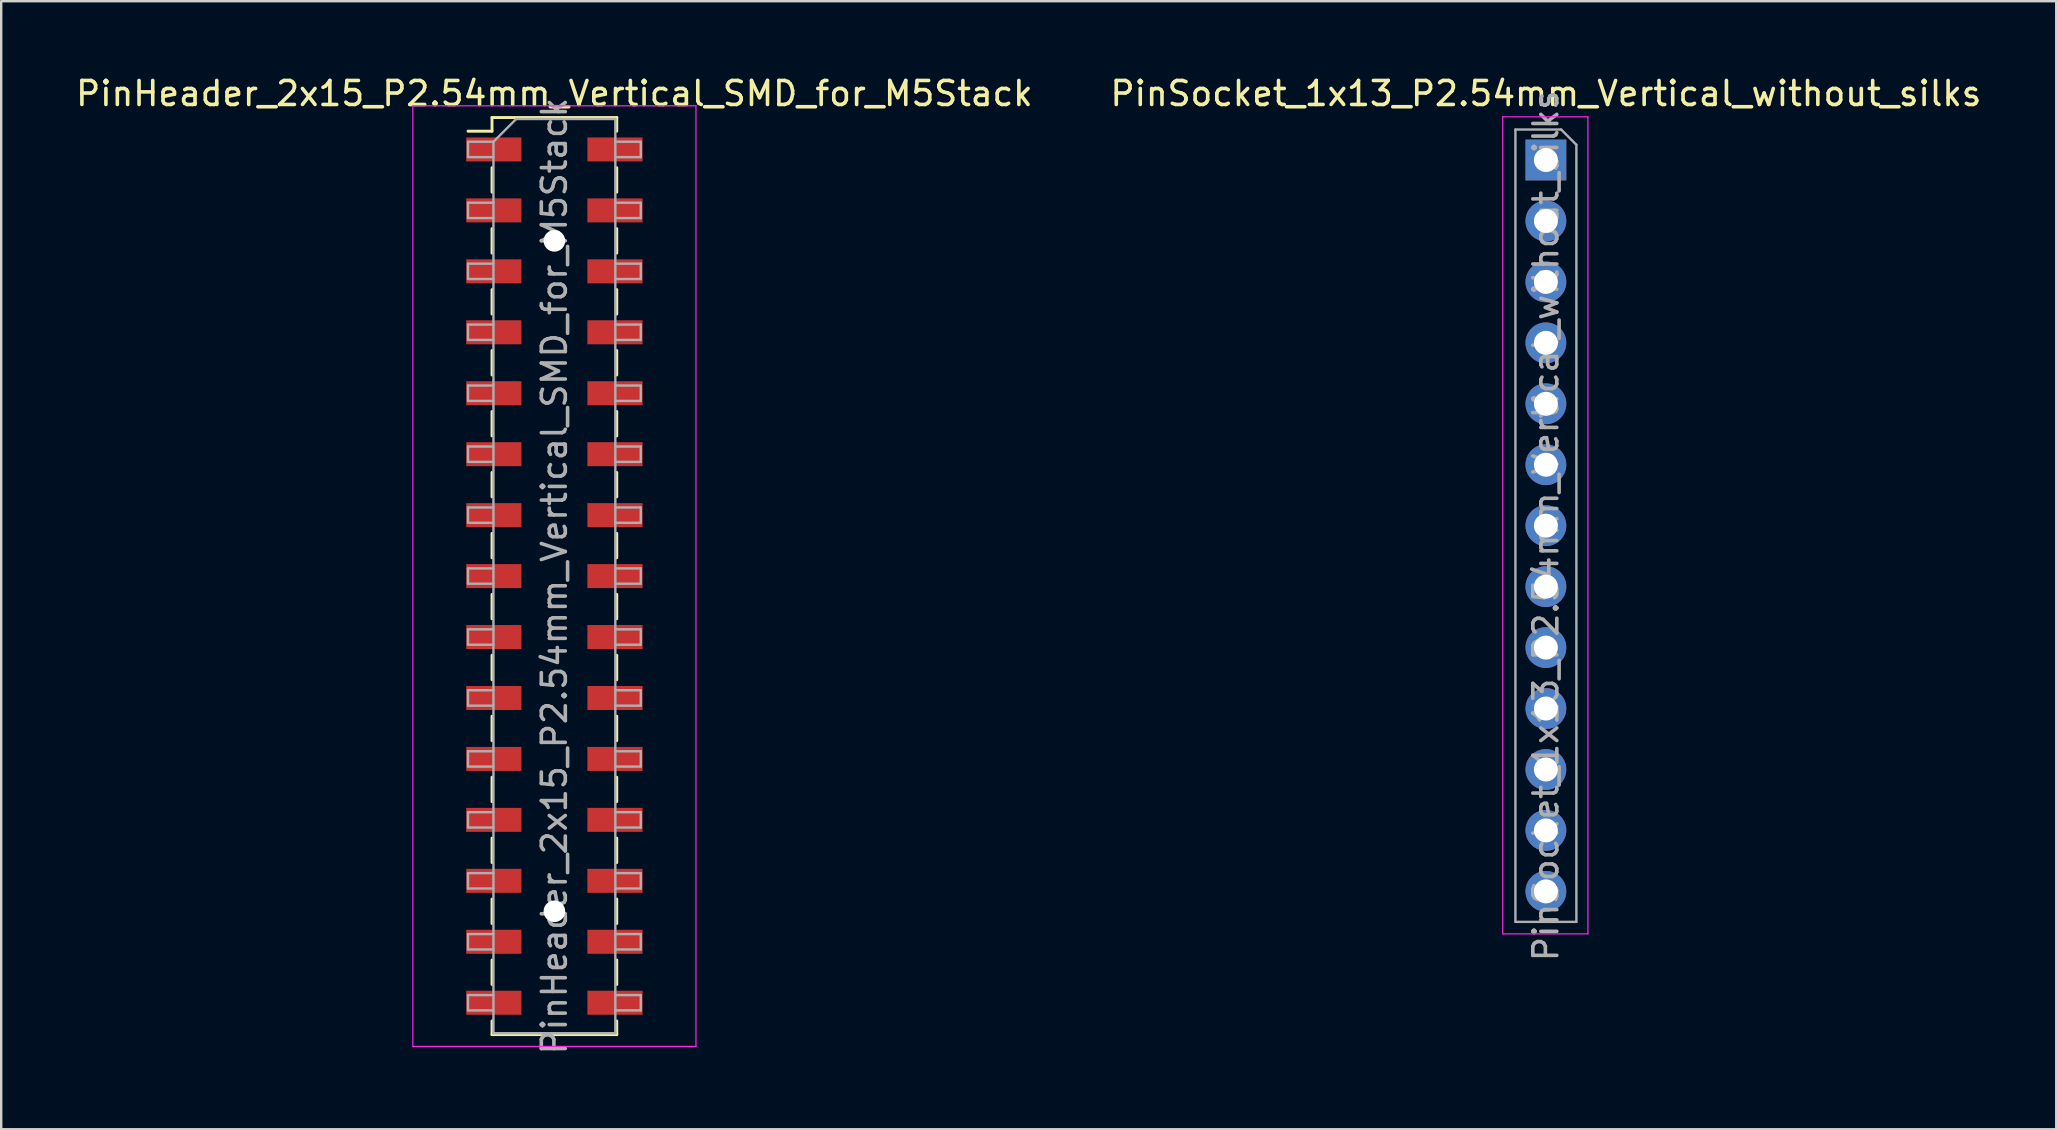
<source format=kicad_pcb>
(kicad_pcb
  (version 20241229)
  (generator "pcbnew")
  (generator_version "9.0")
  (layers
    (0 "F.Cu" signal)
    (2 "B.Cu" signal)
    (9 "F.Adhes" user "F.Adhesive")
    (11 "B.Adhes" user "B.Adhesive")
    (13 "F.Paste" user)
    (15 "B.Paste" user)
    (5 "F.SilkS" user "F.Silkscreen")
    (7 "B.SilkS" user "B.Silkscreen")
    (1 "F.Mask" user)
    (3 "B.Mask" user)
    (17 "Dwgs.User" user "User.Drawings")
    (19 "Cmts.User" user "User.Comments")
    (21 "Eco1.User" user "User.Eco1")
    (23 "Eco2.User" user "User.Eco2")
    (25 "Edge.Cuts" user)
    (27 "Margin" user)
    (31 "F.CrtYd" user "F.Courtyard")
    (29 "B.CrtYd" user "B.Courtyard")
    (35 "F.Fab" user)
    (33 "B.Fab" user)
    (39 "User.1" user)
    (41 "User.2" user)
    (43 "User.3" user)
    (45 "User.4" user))
  (footprint "PinSocket_1x13_P2.54mm_Vertical_without_silks"
    (layer "F.Cu")
    (at 61.375 3.618)
    (property "Reference" "PinSocket_1x13_P2.54mm_Vertical_without_silks" (at 0 -2.77 0) (layer "F.SilkS") (effects (font (size 1 1) (thickness 0.15))))
    (attr through_hole)
    (fp_line (start -1.8 -1.8) (end 1.75 -1.8) (stroke (width 0.05) (type solid)) (layer "F.CrtYd"))
    (fp_line (start -1.8 32.25) (end -1.8 -1.8) (stroke (width 0.05) (type solid)) (layer "F.CrtYd"))
    (fp_line (start 1.75 -1.8) (end 1.75 32.25) (stroke (width 0.05) (type solid)) (layer "F.CrtYd"))
    (fp_line (start 1.75 32.25) (end -1.8 32.25) (stroke (width 0.05) (type solid)) (layer "F.CrtYd"))
    (fp_line (start -1.27 -1.27) (end 0.635 -1.27) (stroke (width 0.1) (type solid)) (layer "F.Fab"))
    (fp_line (start -1.27 31.75) (end -1.27 -1.27) (stroke (width 0.1) (type solid)) (layer "F.Fab"))
    (fp_line (start 0.635 -1.27) (end 1.27 -0.635) (stroke (width 0.1) (type solid)) (layer "F.Fab"))
    (fp_line (start 1.27 -0.635) (end 1.27 31.75) (stroke (width 0.1) (type solid)) (layer "F.Fab"))
    (fp_line (start 1.27 31.75) (end -1.27 31.75) (stroke (width 0.1) (type solid)) (layer "F.Fab"))
    (fp_text user "${REFERENCE}" (at 0 15.24 90) (layer "F.Fab") (effects (font (size 1 1) (thickness 0.15))))
    (pad "1" thru_hole rect (at 0 0) (size 1.7 1.7) (drill 1) (layers "*.Cu" "*.Mask"))
    (pad "2" thru_hole oval (at 0 2.54) (size 1.7 1.7) (drill 1) (layers "*.Cu" "*.Mask"))
    (pad "3" thru_hole oval (at 0 5.08) (size 1.7 1.7) (drill 1) (layers "*.Cu" "*.Mask"))
    (pad "4" thru_hole oval (at 0 7.62) (size 1.7 1.7) (drill 1) (layers "*.Cu" "*.Mask"))
    (pad "5" thru_hole oval (at 0 10.16) (size 1.7 1.7) (drill 1) (layers "*.Cu" "*.Mask"))
    (pad "6" thru_hole oval (at 0 12.7) (size 1.7 1.7) (drill 1) (layers "*.Cu" "*.Mask"))
    (pad "7" thru_hole oval (at 0 15.24) (size 1.7 1.7) (drill 1) (layers "*.Cu" "*.Mask"))
    (pad "8" thru_hole oval (at 0 17.78) (size 1.7 1.7) (drill 1) (layers "*.Cu" "*.Mask"))
    (pad "9" thru_hole oval (at 0 20.32) (size 1.7 1.7) (drill 1) (layers "*.Cu" "*.Mask"))
    (pad "10" thru_hole oval (at 0 22.86) (size 1.7 1.7) (drill 1) (layers "*.Cu" "*.Mask"))
    (pad "11" thru_hole oval (at 0 25.4) (size 1.7 1.7) (drill 1) (layers "*.Cu" "*.Mask"))
    (pad "12" thru_hole oval (at 0 27.94) (size 1.7 1.7) (drill 1) (layers "*.Cu" "*.Mask"))
    (pad "13" thru_hole oval (at 0 30.48) (size 1.7 1.7) (drill 1) (layers "*.Cu" "*.Mask")))
  (footprint "PinHeader_2x15_P2.54mm_Vertical_SMD_for_M5Stack"
    (layer "F.Cu")
    (at 20.054 20.958)
    (property "Reference" "PinHeader_2x15_P2.54mm_Vertical_SMD_for_M5Stack" (at 0 -20.11 0) (layer "F.SilkS") (effects (font (size 1 1) (thickness 0.15))))
    (attr smd)
    (fp_line (start -3.6 -18.54) (end -2.6 -18.54) (stroke (width 0.12) (type solid)) (layer "F.SilkS"))
    (fp_line (start -2.6 -19.11) (end -2.6 -18.54) (stroke (width 0.12) (type solid)) (layer "F.SilkS"))
    (fp_line (start -2.6 -19.11) (end 2.6 -19.11) (stroke (width 0.12) (type solid)) (layer "F.SilkS"))
    (fp_line (start -2.6 -17.02) (end -2.6 -16) (stroke (width 0.12) (type solid)) (layer "F.SilkS"))
    (fp_line (start -2.6 -14.48) (end -2.6 -13.46) (stroke (width 0.12) (type solid)) (layer "F.SilkS"))
    (fp_line (start -2.6 -11.94) (end -2.6 -10.92) (stroke (width 0.12) (type solid)) (layer "F.SilkS"))
    (fp_line (start -2.6 -9.4) (end -2.6 -8.38) (stroke (width 0.12) (type solid)) (layer "F.SilkS"))
    (fp_line (start -2.6 -6.86) (end -2.6 -5.84) (stroke (width 0.12) (type solid)) (layer "F.SilkS"))
    (fp_line (start -2.6 -4.32) (end -2.6 -3.3) (stroke (width 0.12) (type solid)) (layer "F.SilkS"))
    (fp_line (start -2.6 -1.78) (end -2.6 -0.76) (stroke (width 0.12) (type solid)) (layer "F.SilkS"))
    (fp_line (start -2.6 0.76) (end -2.6 1.78) (stroke (width 0.12) (type solid)) (layer "F.SilkS"))
    (fp_line (start -2.6 3.3) (end -2.6 4.32) (stroke (width 0.12) (type solid)) (layer "F.SilkS"))
    (fp_line (start -2.6 5.84) (end -2.6 6.86) (stroke (width 0.12) (type solid)) (layer "F.SilkS"))
    (fp_line (start -2.6 8.38) (end -2.6 9.4) (stroke (width 0.12) (type solid)) (layer "F.SilkS"))
    (fp_line (start -2.6 10.92) (end -2.6 11.94) (stroke (width 0.12) (type solid)) (layer "F.SilkS"))
    (fp_line (start -2.6 13.46) (end -2.6 14.48) (stroke (width 0.12) (type solid)) (layer "F.SilkS"))
    (fp_line (start -2.6 16) (end -2.6 17.02) (stroke (width 0.12) (type solid)) (layer "F.SilkS"))
    (fp_line (start -2.6 18.54) (end -2.6 19.11) (stroke (width 0.12) (type solid)) (layer "F.SilkS"))
    (fp_line (start -2.6 19.11) (end 2.6 19.11) (stroke (width 0.12) (type solid)) (layer "F.SilkS"))
    (fp_line (start 2.6 -19.11) (end 2.6 -18.54) (stroke (width 0.12) (type solid)) (layer "F.SilkS"))
    (fp_line (start 2.6 -17.02) (end 2.6 -16) (stroke (width 0.12) (type solid)) (layer "F.SilkS"))
    (fp_line (start 2.6 -14.48) (end 2.6 -13.46) (stroke (width 0.12) (type solid)) (layer "F.SilkS"))
    (fp_line (start 2.6 -11.94) (end 2.6 -10.92) (stroke (width 0.12) (type solid)) (layer "F.SilkS"))
    (fp_line (start 2.6 -9.4) (end 2.6 -8.38) (stroke (width 0.12) (type solid)) (layer "F.SilkS"))
    (fp_line (start 2.6 -6.86) (end 2.6 -5.84) (stroke (width 0.12) (type solid)) (layer "F.SilkS"))
    (fp_line (start 2.6 -4.32) (end 2.6 -3.3) (stroke (width 0.12) (type solid)) (layer "F.SilkS"))
    (fp_line (start 2.6 -1.78) (end 2.6 -0.76) (stroke (width 0.12) (type solid)) (layer "F.SilkS"))
    (fp_line (start 2.6 0.76) (end 2.6 1.78) (stroke (width 0.12) (type solid)) (layer "F.SilkS"))
    (fp_line (start 2.6 3.3) (end 2.6 4.32) (stroke (width 0.12) (type solid)) (layer "F.SilkS"))
    (fp_line (start 2.6 5.84) (end 2.6 6.86) (stroke (width 0.12) (type solid)) (layer "F.SilkS"))
    (fp_line (start 2.6 8.38) (end 2.6 9.4) (stroke (width 0.12) (type solid)) (layer "F.SilkS"))
    (fp_line (start 2.6 10.92) (end 2.6 11.94) (stroke (width 0.12) (type solid)) (layer "F.SilkS"))
    (fp_line (start 2.6 13.46) (end 2.6 14.48) (stroke (width 0.12) (type solid)) (layer "F.SilkS"))
    (fp_line (start 2.6 16) (end 2.6 17.02) (stroke (width 0.12) (type solid)) (layer "F.SilkS"))
    (fp_line (start 2.6 18.54) (end 2.6 19.11) (stroke (width 0.12) (type solid)) (layer "F.SilkS"))
    (fp_line (start -5.9 -19.6) (end -5.9 19.6) (stroke (width 0.05) (type solid)) (layer "F.CrtYd"))
    (fp_line (start -5.9 19.6) (end 5.9 19.6) (stroke (width 0.05) (type solid)) (layer "F.CrtYd"))
    (fp_line (start 5.9 -19.6) (end -5.9 -19.6) (stroke (width 0.05) (type solid)) (layer "F.CrtYd"))
    (fp_line (start 5.9 19.6) (end 5.9 -19.6) (stroke (width 0.05) (type solid)) (layer "F.CrtYd"))
    (fp_line (start -3.6 -18.1) (end -3.6 -17.46) (stroke (width 0.1) (type solid)) (layer "F.Fab"))
    (fp_line (start -3.6 -17.46) (end -2.54 -17.46) (stroke (width 0.1) (type solid)) (layer "F.Fab"))
    (fp_line (start -3.6 -15.56) (end -3.6 -14.92) (stroke (width 0.1) (type solid)) (layer "F.Fab"))
    (fp_line (start -3.6 -14.92) (end -2.54 -14.92) (stroke (width 0.1) (type solid)) (layer "F.Fab"))
    (fp_line (start -3.6 -13.02) (end -3.6 -12.38) (stroke (width 0.1) (type solid)) (layer "F.Fab"))
    (fp_line (start -3.6 -12.38) (end -2.54 -12.38) (stroke (width 0.1) (type solid)) (layer "F.Fab"))
    (fp_line (start -3.6 -10.48) (end -3.6 -9.84) (stroke (width 0.1) (type solid)) (layer "F.Fab"))
    (fp_line (start -3.6 -9.84) (end -2.54 -9.84) (stroke (width 0.1) (type solid)) (layer "F.Fab"))
    (fp_line (start -3.6 -7.94) (end -3.6 -7.3) (stroke (width 0.1) (type solid)) (layer "F.Fab"))
    (fp_line (start -3.6 -7.3) (end -2.54 -7.3) (stroke (width 0.1) (type solid)) (layer "F.Fab"))
    (fp_line (start -3.6 -5.4) (end -3.6 -4.76) (stroke (width 0.1) (type solid)) (layer "F.Fab"))
    (fp_line (start -3.6 -4.76) (end -2.54 -4.76) (stroke (width 0.1) (type solid)) (layer "F.Fab"))
    (fp_line (start -3.6 -2.86) (end -3.6 -2.22) (stroke (width 0.1) (type solid)) (layer "F.Fab"))
    (fp_line (start -3.6 -2.22) (end -2.54 -2.22) (stroke (width 0.1) (type solid)) (layer "F.Fab"))
    (fp_line (start -3.6 -0.32) (end -3.6 0.32) (stroke (width 0.1) (type solid)) (layer "F.Fab"))
    (fp_line (start -3.6 0.32) (end -2.54 0.32) (stroke (width 0.1) (type solid)) (layer "F.Fab"))
    (fp_line (start -3.6 2.22) (end -3.6 2.86) (stroke (width 0.1) (type solid)) (layer "F.Fab"))
    (fp_line (start -3.6 2.86) (end -2.54 2.86) (stroke (width 0.1) (type solid)) (layer "F.Fab"))
    (fp_line (start -3.6 4.76) (end -3.6 5.4) (stroke (width 0.1) (type solid)) (layer "F.Fab"))
    (fp_line (start -3.6 5.4) (end -2.54 5.4) (stroke (width 0.1) (type solid)) (layer "F.Fab"))
    (fp_line (start -3.6 7.3) (end -3.6 7.94) (stroke (width 0.1) (type solid)) (layer "F.Fab"))
    (fp_line (start -3.6 7.94) (end -2.54 7.94) (stroke (width 0.1) (type solid)) (layer "F.Fab"))
    (fp_line (start -3.6 9.84) (end -3.6 10.48) (stroke (width 0.1) (type solid)) (layer "F.Fab"))
    (fp_line (start -3.6 10.48) (end -2.54 10.48) (stroke (width 0.1) (type solid)) (layer "F.Fab"))
    (fp_line (start -3.6 12.38) (end -3.6 13.02) (stroke (width 0.1) (type solid)) (layer "F.Fab"))
    (fp_line (start -3.6 13.02) (end -2.54 13.02) (stroke (width 0.1) (type solid)) (layer "F.Fab"))
    (fp_line (start -3.6 14.92) (end -3.6 15.56) (stroke (width 0.1) (type solid)) (layer "F.Fab"))
    (fp_line (start -3.6 15.56) (end -2.54 15.56) (stroke (width 0.1) (type solid)) (layer "F.Fab"))
    (fp_line (start -3.6 17.46) (end -3.6 18.1) (stroke (width 0.1) (type solid)) (layer "F.Fab"))
    (fp_line (start -3.6 18.1) (end -2.54 18.1) (stroke (width 0.1) (type solid)) (layer "F.Fab"))
    (fp_line (start -2.54 -18.1) (end -3.6 -18.1) (stroke (width 0.1) (type solid)) (layer "F.Fab"))
    (fp_line (start -2.54 -18.1) (end -1.59 -19.05) (stroke (width 0.1) (type solid)) (layer "F.Fab"))
    (fp_line (start -2.54 -15.56) (end -3.6 -15.56) (stroke (width 0.1) (type solid)) (layer "F.Fab"))
    (fp_line (start -2.54 -13.02) (end -3.6 -13.02) (stroke (width 0.1) (type solid)) (layer "F.Fab"))
    (fp_line (start -2.54 -10.48) (end -3.6 -10.48) (stroke (width 0.1) (type solid)) (layer "F.Fab"))
    (fp_line (start -2.54 -7.94) (end -3.6 -7.94) (stroke (width 0.1) (type solid)) (layer "F.Fab"))
    (fp_line (start -2.54 -5.4) (end -3.6 -5.4) (stroke (width 0.1) (type solid)) (layer "F.Fab"))
    (fp_line (start -2.54 -2.86) (end -3.6 -2.86) (stroke (width 0.1) (type solid)) (layer "F.Fab"))
    (fp_line (start -2.54 -0.32) (end -3.6 -0.32) (stroke (width 0.1) (type solid)) (layer "F.Fab"))
    (fp_line (start -2.54 2.22) (end -3.6 2.22) (stroke (width 0.1) (type solid)) (layer "F.Fab"))
    (fp_line (start -2.54 4.76) (end -3.6 4.76) (stroke (width 0.1) (type solid)) (layer "F.Fab"))
    (fp_line (start -2.54 7.3) (end -3.6 7.3) (stroke (width 0.1) (type solid)) (layer "F.Fab"))
    (fp_line (start -2.54 9.84) (end -3.6 9.84) (stroke (width 0.1) (type solid)) (layer "F.Fab"))
    (fp_line (start -2.54 12.38) (end -3.6 12.38) (stroke (width 0.1) (type solid)) (layer "F.Fab"))
    (fp_line (start -2.54 14.92) (end -3.6 14.92) (stroke (width 0.1) (type solid)) (layer "F.Fab"))
    (fp_line (start -2.54 17.46) (end -3.6 17.46) (stroke (width 0.1) (type solid)) (layer "F.Fab"))
    (fp_line (start -2.54 19.05) (end -2.54 -18.1) (stroke (width 0.1) (type solid)) (layer "F.Fab"))
    (fp_line (start -1.59 -19.05) (end 2.54 -19.05) (stroke (width 0.1) (type solid)) (layer "F.Fab"))
    (fp_line (start 2.54 -19.05) (end 2.54 19.05) (stroke (width 0.1) (type solid)) (layer "F.Fab"))
    (fp_line (start 2.54 -18.1) (end 3.6 -18.1) (stroke (width 0.1) (type solid)) (layer "F.Fab"))
    (fp_line (start 2.54 -15.56) (end 3.6 -15.56) (stroke (width 0.1) (type solid)) (layer "F.Fab"))
    (fp_line (start 2.54 -13.02) (end 3.6 -13.02) (stroke (width 0.1) (type solid)) (layer "F.Fab"))
    (fp_line (start 2.54 -10.48) (end 3.6 -10.48) (stroke (width 0.1) (type solid)) (layer "F.Fab"))
    (fp_line (start 2.54 -7.94) (end 3.6 -7.94) (stroke (width 0.1) (type solid)) (layer "F.Fab"))
    (fp_line (start 2.54 -5.4) (end 3.6 -5.4) (stroke (width 0.1) (type solid)) (layer "F.Fab"))
    (fp_line (start 2.54 -2.86) (end 3.6 -2.86) (stroke (width 0.1) (type solid)) (layer "F.Fab"))
    (fp_line (start 2.54 -0.32) (end 3.6 -0.32) (stroke (width 0.1) (type solid)) (layer "F.Fab"))
    (fp_line (start 2.54 2.22) (end 3.6 2.22) (stroke (width 0.1) (type solid)) (layer "F.Fab"))
    (fp_line (start 2.54 4.76) (end 3.6 4.76) (stroke (width 0.1) (type solid)) (layer "F.Fab"))
    (fp_line (start 2.54 7.3) (end 3.6 7.3) (stroke (width 0.1) (type solid)) (layer "F.Fab"))
    (fp_line (start 2.54 9.84) (end 3.6 9.84) (stroke (width 0.1) (type solid)) (layer "F.Fab"))
    (fp_line (start 2.54 12.38) (end 3.6 12.38) (stroke (width 0.1) (type solid)) (layer "F.Fab"))
    (fp_line (start 2.54 14.92) (end 3.6 14.92) (stroke (width 0.1) (type solid)) (layer "F.Fab"))
    (fp_line (start 2.54 17.46) (end 3.6 17.46) (stroke (width 0.1) (type solid)) (layer "F.Fab"))
    (fp_line (start 2.54 19.05) (end -2.54 19.05) (stroke (width 0.1) (type solid)) (layer "F.Fab"))
    (fp_line (start 3.6 -18.1) (end 3.6 -17.46) (stroke (width 0.1) (type solid)) (layer "F.Fab"))
    (fp_line (start 3.6 -17.46) (end 2.54 -17.46) (stroke (width 0.1) (type solid)) (layer "F.Fab"))
    (fp_line (start 3.6 -15.56) (end 3.6 -14.92) (stroke (width 0.1) (type solid)) (layer "F.Fab"))
    (fp_line (start 3.6 -14.92) (end 2.54 -14.92) (stroke (width 0.1) (type solid)) (layer "F.Fab"))
    (fp_line (start 3.6 -13.02) (end 3.6 -12.38) (stroke (width 0.1) (type solid)) (layer "F.Fab"))
    (fp_line (start 3.6 -12.38) (end 2.54 -12.38) (stroke (width 0.1) (type solid)) (layer "F.Fab"))
    (fp_line (start 3.6 -10.48) (end 3.6 -9.84) (stroke (width 0.1) (type solid)) (layer "F.Fab"))
    (fp_line (start 3.6 -9.84) (end 2.54 -9.84) (stroke (width 0.1) (type solid)) (layer "F.Fab"))
    (fp_line (start 3.6 -7.94) (end 3.6 -7.3) (stroke (width 0.1) (type solid)) (layer "F.Fab"))
    (fp_line (start 3.6 -7.3) (end 2.54 -7.3) (stroke (width 0.1) (type solid)) (layer "F.Fab"))
    (fp_line (start 3.6 -5.4) (end 3.6 -4.76) (stroke (width 0.1) (type solid)) (layer "F.Fab"))
    (fp_line (start 3.6 -4.76) (end 2.54 -4.76) (stroke (width 0.1) (type solid)) (layer "F.Fab"))
    (fp_line (start 3.6 -2.86) (end 3.6 -2.22) (stroke (width 0.1) (type solid)) (layer "F.Fab"))
    (fp_line (start 3.6 -2.22) (end 2.54 -2.22) (stroke (width 0.1) (type solid)) (layer "F.Fab"))
    (fp_line (start 3.6 -0.32) (end 3.6 0.32) (stroke (width 0.1) (type solid)) (layer "F.Fab"))
    (fp_line (start 3.6 0.32) (end 2.54 0.32) (stroke (width 0.1) (type solid)) (layer "F.Fab"))
    (fp_line (start 3.6 2.22) (end 3.6 2.86) (stroke (width 0.1) (type solid)) (layer "F.Fab"))
    (fp_line (start 3.6 2.86) (end 2.54 2.86) (stroke (width 0.1) (type solid)) (layer "F.Fab"))
    (fp_line (start 3.6 4.76) (end 3.6 5.4) (stroke (width 0.1) (type solid)) (layer "F.Fab"))
    (fp_line (start 3.6 5.4) (end 2.54 5.4) (stroke (width 0.1) (type solid)) (layer "F.Fab"))
    (fp_line (start 3.6 7.3) (end 3.6 7.94) (stroke (width 0.1) (type solid)) (layer "F.Fab"))
    (fp_line (start 3.6 7.94) (end 2.54 7.94) (stroke (width 0.1) (type solid)) (layer "F.Fab"))
    (fp_line (start 3.6 9.84) (end 3.6 10.48) (stroke (width 0.1) (type solid)) (layer "F.Fab"))
    (fp_line (start 3.6 10.48) (end 2.54 10.48) (stroke (width 0.1) (type solid)) (layer "F.Fab"))
    (fp_line (start 3.6 12.38) (end 3.6 13.02) (stroke (width 0.1) (type solid)) (layer "F.Fab"))
    (fp_line (start 3.6 13.02) (end 2.54 13.02) (stroke (width 0.1) (type solid)) (layer "F.Fab"))
    (fp_line (start 3.6 14.92) (end 3.6 15.56) (stroke (width 0.1) (type solid)) (layer "F.Fab"))
    (fp_line (start 3.6 15.56) (end 2.54 15.56) (stroke (width 0.1) (type solid)) (layer "F.Fab"))
    (fp_line (start 3.6 17.46) (end 3.6 18.1) (stroke (width 0.1) (type solid)) (layer "F.Fab"))
    (fp_line (start 3.6 18.1) (end 2.54 18.1) (stroke (width 0.1) (type solid)) (layer "F.Fab"))
    (fp_text user "${REFERENCE}" (at 0 0 90) (layer "F.Fab") (effects (font (size 1 1) (thickness 0.15))))
    (pad "" np_thru_hole circle (at 0 -13.97) (size 0.9 0.9) (drill 0.9) (layers "*.Cu" "*.Mask"))
    (pad "" np_thru_hole circle (at 0 13.97) (size 0.9 0.9) (drill 0.9) (layers "*.Cu" "*.Mask"))
    (pad "1" smd rect (at -2.525 -17.78) (size 2.3 1) (layers "F.Cu" "F.Mask" "F.Paste"))
    (pad "2" smd rect (at 2.525 -17.78) (size 2.3 1) (layers "F.Cu" "F.Mask" "F.Paste"))
    (pad "3" smd rect (at -2.525 -15.24) (size 2.3 1) (layers "F.Cu" "F.Mask" "F.Paste"))
    (pad "4" smd rect (at 2.525 -15.24) (size 2.3 1) (layers "F.Cu" "F.Mask" "F.Paste"))
    (pad "5" smd rect (at -2.525 -12.7) (size 2.3 1) (layers "F.Cu" "F.Mask" "F.Paste"))
    (pad "6" smd rect (at 2.525 -12.7) (size 2.3 1) (layers "F.Cu" "F.Mask" "F.Paste"))
    (pad "7" smd rect (at -2.525 -10.16) (size 2.3 1) (layers "F.Cu" "F.Mask" "F.Paste"))
    (pad "8" smd rect (at 2.525 -10.16) (size 2.3 1) (layers "F.Cu" "F.Mask" "F.Paste"))
    (pad "9" smd rect (at -2.525 -7.62) (size 2.3 1) (layers "F.Cu" "F.Mask" "F.Paste"))
    (pad "10" smd rect (at 2.525 -7.62) (size 2.3 1) (layers "F.Cu" "F.Mask" "F.Paste"))
    (pad "11" smd rect (at -2.525 -5.08) (size 2.3 1) (layers "F.Cu" "F.Mask" "F.Paste"))
    (pad "12" smd rect (at 2.525 -5.08) (size 2.3 1) (layers "F.Cu" "F.Mask" "F.Paste"))
    (pad "13" smd rect (at -2.525 -2.54) (size 2.3 1) (layers "F.Cu" "F.Mask" "F.Paste"))
    (pad "14" smd rect (at 2.525 -2.54) (size 2.3 1) (layers "F.Cu" "F.Mask" "F.Paste"))
    (pad "15" smd rect (at -2.525 0) (size 2.3 1) (layers "F.Cu" "F.Mask" "F.Paste"))
    (pad "16" smd rect (at 2.525 0) (size 2.3 1) (layers "F.Cu" "F.Mask" "F.Paste"))
    (pad "17" smd rect (at -2.525 2.54) (size 2.3 1) (layers "F.Cu" "F.Mask" "F.Paste"))
    (pad "18" smd rect (at 2.525 2.54) (size 2.3 1) (layers "F.Cu" "F.Mask" "F.Paste"))
    (pad "19" smd rect (at -2.525 5.08) (size 2.3 1) (layers "F.Cu" "F.Mask" "F.Paste"))
    (pad "20" smd rect (at 2.525 5.08) (size 2.3 1) (layers "F.Cu" "F.Mask" "F.Paste"))
    (pad "21" smd rect (at -2.525 7.62) (size 2.3 1) (layers "F.Cu" "F.Mask" "F.Paste"))
    (pad "22" smd rect (at 2.525 7.62) (size 2.3 1) (layers "F.Cu" "F.Mask" "F.Paste"))
    (pad "23" smd rect (at -2.525 10.16) (size 2.3 1) (layers "F.Cu" "F.Mask" "F.Paste"))
    (pad "24" smd rect (at 2.525 10.16) (size 2.3 1) (layers "F.Cu" "F.Mask" "F.Paste"))
    (pad "25" smd rect (at -2.525 12.7) (size 2.3 1) (layers "F.Cu" "F.Mask" "F.Paste"))
    (pad "26" smd rect (at 2.525 12.7) (size 2.3 1) (layers "F.Cu" "F.Mask" "F.Paste"))
    (pad "27" smd rect (at -2.525 15.24) (size 2.3 1) (layers "F.Cu" "F.Mask" "F.Paste"))
    (pad "28" smd rect (at 2.525 15.24) (size 2.3 1) (layers "F.Cu" "F.Mask" "F.Paste"))
    (pad "29" smd rect (at -2.525 17.78) (size 2.3 1) (layers "F.Cu" "F.Mask" "F.Paste"))
    (pad "30" smd rect (at 2.525 17.78) (size 2.3 1) (layers "F.Cu" "F.Mask" "F.Paste")))
  (gr_rect
    (start -3 -3)
    (end 82.643 44.012)
    (stroke (width 0.1) (type default))
    (fill no)
    (layer "Edge.Cuts")))
</source>
